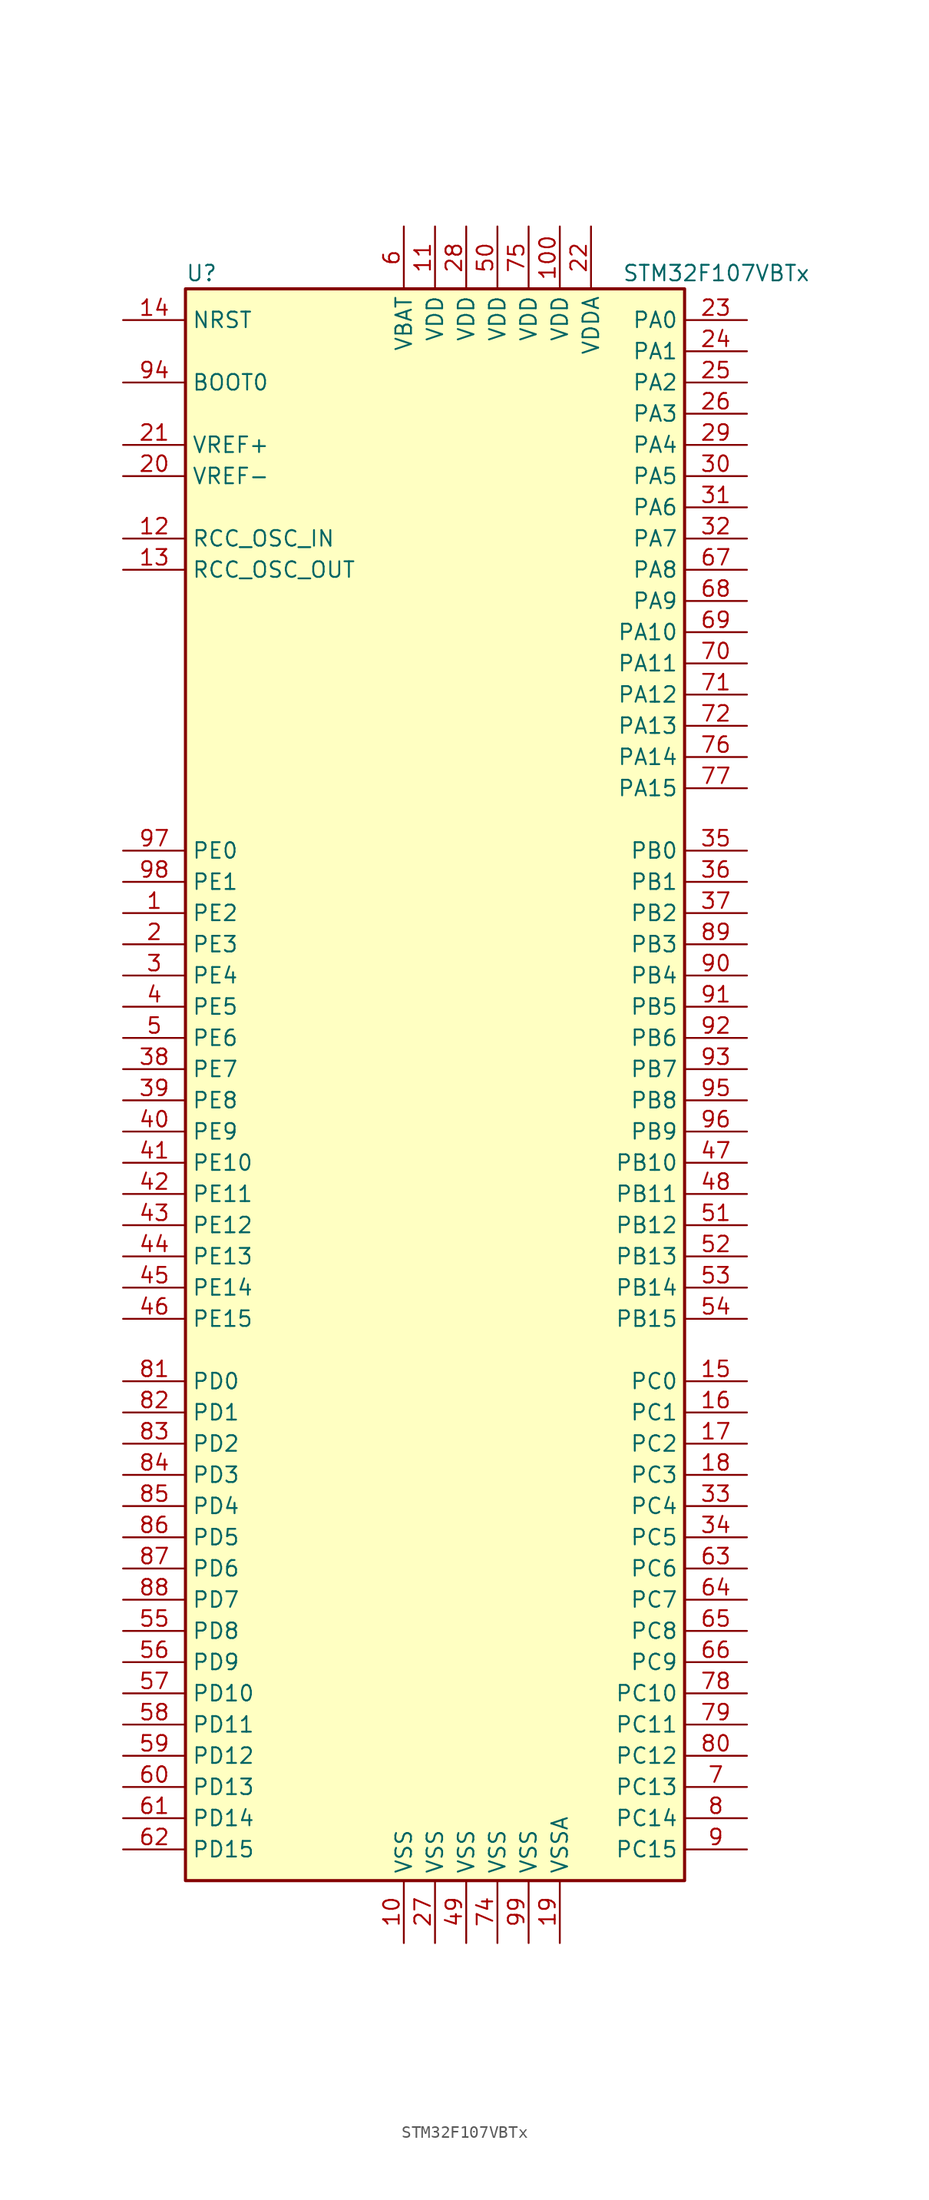
<source format=kicad_sym>
(kicad_symbol_lib
  (version 20201005)
  (generator kicad_symbol_editor)
  (symbol "STM32F107VBTx"
    (property "Reference" "U"
      (at -20.32 64.77 0)
      (effects (font (size 1.27 1.27)) (justify left)))
    (property "Value" "STM32F107VBTx"
      (at 15.24 64.77 0)
      (effects (font (size 1.27 1.27)) (justify left)))
    (symbol "STM32F107VBTx_0_1"
      (rectangle (start -20.32 -66.04) (end 20.32 63.5) (stroke (width 0.254)) (fill (type background))))
    (symbol "STM32F107VBTx_1_1"
      (pin bidirectional line (at -25.4 12.7 0) (length 5.08) (name "PE2" (effects (font (size 1.27 1.27)))) (number "1" (effects (font (size 1.27 1.27)))))
      (pin power_in line (at -2.54 -71.12 90) (length 5.08) (name "VSS" (effects (font (size 1.27 1.27)))) (number "10" (effects (font (size 1.27 1.27)))))
      (pin power_in line (at 10.16 68.58 270) (length 5.08) (name "VDD" (effects (font (size 1.27 1.27)))) (number "100" (effects (font (size 1.27 1.27)))))
      (pin power_in line (at 0 68.58 270) (length 5.08) (name "VDD" (effects (font (size 1.27 1.27)))) (number "11" (effects (font (size 1.27 1.27)))))
      (pin input line (at -25.4 43.18 0) (length 5.08) (name "RCC_OSC_IN" (effects (font (size 1.27 1.27)))) (number "12" (effects (font (size 1.27 1.27)))))
      (pin input line (at -25.4 40.64 0) (length 5.08) (name "RCC_OSC_OUT" (effects (font (size 1.27 1.27)))) (number "13" (effects (font (size 1.27 1.27)))))
      (pin input line (at -25.4 60.96 0) (length 5.08) (name "NRST" (effects (font (size 1.27 1.27)))) (number "14" (effects (font (size 1.27 1.27)))))
      (pin bidirectional line (at 25.4 -25.4 180) (length 5.08) (name "PC0" (effects (font (size 1.27 1.27)))) (number "15" (effects (font (size 1.27 1.27)))))
      (pin bidirectional line (at 25.4 -27.94 180) (length 5.08) (name "PC1" (effects (font (size 1.27 1.27)))) (number "16" (effects (font (size 1.27 1.27)))))
      (pin bidirectional line (at 25.4 -30.48 180) (length 5.08) (name "PC2" (effects (font (size 1.27 1.27)))) (number "17" (effects (font (size 1.27 1.27)))))
      (pin bidirectional line (at 25.4 -33.02 180) (length 5.08) (name "PC3" (effects (font (size 1.27 1.27)))) (number "18" (effects (font (size 1.27 1.27)))))
      (pin power_in line (at 10.16 -71.12 90) (length 5.08) (name "VSSA" (effects (font (size 1.27 1.27)))) (number "19" (effects (font (size 1.27 1.27)))))
      (pin bidirectional line (at -25.4 10.16 0) (length 5.08) (name "PE3" (effects (font (size 1.27 1.27)))) (number "2" (effects (font (size 1.27 1.27)))))
      (pin power_in line (at -25.4 48.26 0) (length 5.08) (name "VREF-" (effects (font (size 1.27 1.27)))) (number "20" (effects (font (size 1.27 1.27)))))
      (pin power_in line (at -25.4 50.8 0) (length 5.08) (name "VREF+" (effects (font (size 1.27 1.27)))) (number "21" (effects (font (size 1.27 1.27)))))
      (pin power_in line (at 12.7 68.58 270) (length 5.08) (name "VDDA" (effects (font (size 1.27 1.27)))) (number "22" (effects (font (size 1.27 1.27)))))
      (pin bidirectional line (at 25.4 60.96 180) (length 5.08) (name "PA0" (effects (font (size 1.27 1.27)))) (number "23" (effects (font (size 1.27 1.27)))))
      (pin bidirectional line (at 25.4 58.42 180) (length 5.08) (name "PA1" (effects (font (size 1.27 1.27)))) (number "24" (effects (font (size 1.27 1.27)))))
      (pin bidirectional line (at 25.4 55.88 180) (length 5.08) (name "PA2" (effects (font (size 1.27 1.27)))) (number "25" (effects (font (size 1.27 1.27)))))
      (pin bidirectional line (at 25.4 53.34 180) (length 5.08) (name "PA3" (effects (font (size 1.27 1.27)))) (number "26" (effects (font (size 1.27 1.27)))))
      (pin power_in line (at 0 -71.12 90) (length 5.08) (name "VSS" (effects (font (size 1.27 1.27)))) (number "27" (effects (font (size 1.27 1.27)))))
      (pin power_in line (at 2.54 68.58 270) (length 5.08) (name "VDD" (effects (font (size 1.27 1.27)))) (number "28" (effects (font (size 1.27 1.27)))))
      (pin bidirectional line (at 25.4 50.8 180) (length 5.08) (name "PA4" (effects (font (size 1.27 1.27)))) (number "29" (effects (font (size 1.27 1.27)))))
      (pin bidirectional line (at -25.4 7.62 0) (length 5.08) (name "PE4" (effects (font (size 1.27 1.27)))) (number "3" (effects (font (size 1.27 1.27)))))
      (pin bidirectional line (at 25.4 48.26 180) (length 5.08) (name "PA5" (effects (font (size 1.27 1.27)))) (number "30" (effects (font (size 1.27 1.27)))))
      (pin bidirectional line (at 25.4 45.72 180) (length 5.08) (name "PA6" (effects (font (size 1.27 1.27)))) (number "31" (effects (font (size 1.27 1.27)))))
      (pin bidirectional line (at 25.4 43.18 180) (length 5.08) (name "PA7" (effects (font (size 1.27 1.27)))) (number "32" (effects (font (size 1.27 1.27)))))
      (pin bidirectional line (at 25.4 -35.56 180) (length 5.08) (name "PC4" (effects (font (size 1.27 1.27)))) (number "33" (effects (font (size 1.27 1.27)))))
      (pin bidirectional line (at 25.4 -38.1 180) (length 5.08) (name "PC5" (effects (font (size 1.27 1.27)))) (number "34" (effects (font (size 1.27 1.27)))))
      (pin bidirectional line (at 25.4 17.78 180) (length 5.08) (name "PB0" (effects (font (size 1.27 1.27)))) (number "35" (effects (font (size 1.27 1.27)))))
      (pin bidirectional line (at 25.4 15.24 180) (length 5.08) (name "PB1" (effects (font (size 1.27 1.27)))) (number "36" (effects (font (size 1.27 1.27)))))
      (pin bidirectional line (at 25.4 12.7 180) (length 5.08) (name "PB2" (effects (font (size 1.27 1.27)))) (number "37" (effects (font (size 1.27 1.27)))))
      (pin bidirectional line (at -25.4 0 0) (length 5.08) (name "PE7" (effects (font (size 1.27 1.27)))) (number "38" (effects (font (size 1.27 1.27)))))
      (pin bidirectional line (at -25.4 -2.54 0) (length 5.08) (name "PE8" (effects (font (size 1.27 1.27)))) (number "39" (effects (font (size 1.27 1.27)))))
      (pin bidirectional line (at -25.4 5.08 0) (length 5.08) (name "PE5" (effects (font (size 1.27 1.27)))) (number "4" (effects (font (size 1.27 1.27)))))
      (pin bidirectional line (at -25.4 -5.08 0) (length 5.08) (name "PE9" (effects (font (size 1.27 1.27)))) (number "40" (effects (font (size 1.27 1.27)))))
      (pin bidirectional line (at -25.4 -7.62 0) (length 5.08) (name "PE10" (effects (font (size 1.27 1.27)))) (number "41" (effects (font (size 1.27 1.27)))))
      (pin bidirectional line (at -25.4 -10.16 0) (length 5.08) (name "PE11" (effects (font (size 1.27 1.27)))) (number "42" (effects (font (size 1.27 1.27)))))
      (pin bidirectional line (at -25.4 -12.7 0) (length 5.08) (name "PE12" (effects (font (size 1.27 1.27)))) (number "43" (effects (font (size 1.27 1.27)))))
      (pin bidirectional line (at -25.4 -15.24 0) (length 5.08) (name "PE13" (effects (font (size 1.27 1.27)))) (number "44" (effects (font (size 1.27 1.27)))))
      (pin bidirectional line (at -25.4 -17.78 0) (length 5.08) (name "PE14" (effects (font (size 1.27 1.27)))) (number "45" (effects (font (size 1.27 1.27)))))
      (pin bidirectional line (at -25.4 -20.32 0) (length 5.08) (name "PE15" (effects (font (size 1.27 1.27)))) (number "46" (effects (font (size 1.27 1.27)))))
      (pin bidirectional line (at 25.4 -7.62 180) (length 5.08) (name "PB10" (effects (font (size 1.27 1.27)))) (number "47" (effects (font (size 1.27 1.27)))))
      (pin bidirectional line (at 25.4 -10.16 180) (length 5.08) (name "PB11" (effects (font (size 1.27 1.27)))) (number "48" (effects (font (size 1.27 1.27)))))
      (pin power_in line (at 2.54 -71.12 90) (length 5.08) (name "VSS" (effects (font (size 1.27 1.27)))) (number "49" (effects (font (size 1.27 1.27)))))
      (pin bidirectional line (at -25.4 2.54 0) (length 5.08) (name "PE6" (effects (font (size 1.27 1.27)))) (number "5" (effects (font (size 1.27 1.27)))))
      (pin power_in line (at 5.08 68.58 270) (length 5.08) (name "VDD" (effects (font (size 1.27 1.27)))) (number "50" (effects (font (size 1.27 1.27)))))
      (pin bidirectional line (at 25.4 -12.7 180) (length 5.08) (name "PB12" (effects (font (size 1.27 1.27)))) (number "51" (effects (font (size 1.27 1.27)))))
      (pin bidirectional line (at 25.4 -15.24 180) (length 5.08) (name "PB13" (effects (font (size 1.27 1.27)))) (number "52" (effects (font (size 1.27 1.27)))))
      (pin bidirectional line (at 25.4 -17.78 180) (length 5.08) (name "PB14" (effects (font (size 1.27 1.27)))) (number "53" (effects (font (size 1.27 1.27)))))
      (pin bidirectional line (at 25.4 -20.32 180) (length 5.08) (name "PB15" (effects (font (size 1.27 1.27)))) (number "54" (effects (font (size 1.27 1.27)))))
      (pin bidirectional line (at -25.4 -45.72 0) (length 5.08) (name "PD8" (effects (font (size 1.27 1.27)))) (number "55" (effects (font (size 1.27 1.27)))))
      (pin bidirectional line (at -25.4 -48.26 0) (length 5.08) (name "PD9" (effects (font (size 1.27 1.27)))) (number "56" (effects (font (size 1.27 1.27)))))
      (pin bidirectional line (at -25.4 -50.8 0) (length 5.08) (name "PD10" (effects (font (size 1.27 1.27)))) (number "57" (effects (font (size 1.27 1.27)))))
      (pin bidirectional line (at -25.4 -53.34 0) (length 5.08) (name "PD11" (effects (font (size 1.27 1.27)))) (number "58" (effects (font (size 1.27 1.27)))))
      (pin bidirectional line (at -25.4 -55.88 0) (length 5.08) (name "PD12" (effects (font (size 1.27 1.27)))) (number "59" (effects (font (size 1.27 1.27)))))
      (pin power_in line (at -2.54 68.58 270) (length 5.08) (name "VBAT" (effects (font (size 1.27 1.27)))) (number "6" (effects (font (size 1.27 1.27)))))
      (pin bidirectional line (at -25.4 -58.42 0) (length 5.08) (name "PD13" (effects (font (size 1.27 1.27)))) (number "60" (effects (font (size 1.27 1.27)))))
      (pin bidirectional line (at -25.4 -60.96 0) (length 5.08) (name "PD14" (effects (font (size 1.27 1.27)))) (number "61" (effects (font (size 1.27 1.27)))))
      (pin bidirectional line (at -25.4 -63.5 0) (length 5.08) (name "PD15" (effects (font (size 1.27 1.27)))) (number "62" (effects (font (size 1.27 1.27)))))
      (pin bidirectional line (at 25.4 -40.64 180) (length 5.08) (name "PC6" (effects (font (size 1.27 1.27)))) (number "63" (effects (font (size 1.27 1.27)))))
      (pin bidirectional line (at 25.4 -43.18 180) (length 5.08) (name "PC7" (effects (font (size 1.27 1.27)))) (number "64" (effects (font (size 1.27 1.27)))))
      (pin bidirectional line (at 25.4 -45.72 180) (length 5.08) (name "PC8" (effects (font (size 1.27 1.27)))) (number "65" (effects (font (size 1.27 1.27)))))
      (pin bidirectional line (at 25.4 -48.26 180) (length 5.08) (name "PC9" (effects (font (size 1.27 1.27)))) (number "66" (effects (font (size 1.27 1.27)))))
      (pin bidirectional line (at 25.4 40.64 180) (length 5.08) (name "PA8" (effects (font (size 1.27 1.27)))) (number "67" (effects (font (size 1.27 1.27)))))
      (pin bidirectional line (at 25.4 38.1 180) (length 5.08) (name "PA9" (effects (font (size 1.27 1.27)))) (number "68" (effects (font (size 1.27 1.27)))))
      (pin bidirectional line (at 25.4 35.56 180) (length 5.08) (name "PA10" (effects (font (size 1.27 1.27)))) (number "69" (effects (font (size 1.27 1.27)))))
      (pin bidirectional line (at 25.4 -58.42 180) (length 5.08) (name "PC13" (effects (font (size 1.27 1.27)))) (number "7" (effects (font (size 1.27 1.27)))))
      (pin bidirectional line (at 25.4 33.02 180) (length 5.08) (name "PA11" (effects (font (size 1.27 1.27)))) (number "70" (effects (font (size 1.27 1.27)))))
      (pin bidirectional line (at 25.4 30.48 180) (length 5.08) (name "PA12" (effects (font (size 1.27 1.27)))) (number "71" (effects (font (size 1.27 1.27)))))
      (pin bidirectional line (at 25.4 27.94 180) (length 5.08) (name "PA13" (effects (font (size 1.27 1.27)))) (number "72" (effects (font (size 1.27 1.27)))))
      (pin no_connect line (at -20.32 -63.5 0) (length 5.08) hide (name "NC" (effects (font (size 1.27 1.27)))) (number "73" (effects (font (size 1.27 1.27)))))
      (pin power_in line (at 5.08 -71.12 90) (length 5.08) (name "VSS" (effects (font (size 1.27 1.27)))) (number "74" (effects (font (size 1.27 1.27)))))
      (pin power_in line (at 7.62 68.58 270) (length 5.08) (name "VDD" (effects (font (size 1.27 1.27)))) (number "75" (effects (font (size 1.27 1.27)))))
      (pin bidirectional line (at 25.4 25.4 180) (length 5.08) (name "PA14" (effects (font (size 1.27 1.27)))) (number "76" (effects (font (size 1.27 1.27)))))
      (pin bidirectional line (at 25.4 22.86 180) (length 5.08) (name "PA15" (effects (font (size 1.27 1.27)))) (number "77" (effects (font (size 1.27 1.27)))))
      (pin bidirectional line (at 25.4 -50.8 180) (length 5.08) (name "PC10" (effects (font (size 1.27 1.27)))) (number "78" (effects (font (size 1.27 1.27)))))
      (pin bidirectional line (at 25.4 -53.34 180) (length 5.08) (name "PC11" (effects (font (size 1.27 1.27)))) (number "79" (effects (font (size 1.27 1.27)))))
      (pin bidirectional line (at 25.4 -60.96 180) (length 5.08) (name "PC14" (effects (font (size 1.27 1.27)))) (number "8" (effects (font (size 1.27 1.27)))))
      (pin bidirectional line (at 25.4 -55.88 180) (length 5.08) (name "PC12" (effects (font (size 1.27 1.27)))) (number "80" (effects (font (size 1.27 1.27)))))
      (pin bidirectional line (at -25.4 -25.4 0) (length 5.08) (name "PD0" (effects (font (size 1.27 1.27)))) (number "81" (effects (font (size 1.27 1.27)))))
      (pin bidirectional line (at -25.4 -27.94 0) (length 5.08) (name "PD1" (effects (font (size 1.27 1.27)))) (number "82" (effects (font (size 1.27 1.27)))))
      (pin bidirectional line (at -25.4 -30.48 0) (length 5.08) (name "PD2" (effects (font (size 1.27 1.27)))) (number "83" (effects (font (size 1.27 1.27)))))
      (pin bidirectional line (at -25.4 -33.02 0) (length 5.08) (name "PD3" (effects (font (size 1.27 1.27)))) (number "84" (effects (font (size 1.27 1.27)))))
      (pin bidirectional line (at -25.4 -35.56 0) (length 5.08) (name "PD4" (effects (font (size 1.27 1.27)))) (number "85" (effects (font (size 1.27 1.27)))))
      (pin bidirectional line (at -25.4 -38.1 0) (length 5.08) (name "PD5" (effects (font (size 1.27 1.27)))) (number "86" (effects (font (size 1.27 1.27)))))
      (pin bidirectional line (at -25.4 -40.64 0) (length 5.08) (name "PD6" (effects (font (size 1.27 1.27)))) (number "87" (effects (font (size 1.27 1.27)))))
      (pin bidirectional line (at -25.4 -43.18 0) (length 5.08) (name "PD7" (effects (font (size 1.27 1.27)))) (number "88" (effects (font (size 1.27 1.27)))))
      (pin bidirectional line (at 25.4 10.16 180) (length 5.08) (name "PB3" (effects (font (size 1.27 1.27)))) (number "89" (effects (font (size 1.27 1.27)))))
      (pin bidirectional line (at 25.4 -63.5 180) (length 5.08) (name "PC15" (effects (font (size 1.27 1.27)))) (number "9" (effects (font (size 1.27 1.27)))))
      (pin bidirectional line (at 25.4 7.62 180) (length 5.08) (name "PB4" (effects (font (size 1.27 1.27)))) (number "90" (effects (font (size 1.27 1.27)))))
      (pin bidirectional line (at 25.4 5.08 180) (length 5.08) (name "PB5" (effects (font (size 1.27 1.27)))) (number "91" (effects (font (size 1.27 1.27)))))
      (pin bidirectional line (at 25.4 2.54 180) (length 5.08) (name "PB6" (effects (font (size 1.27 1.27)))) (number "92" (effects (font (size 1.27 1.27)))))
      (pin bidirectional line (at 25.4 0 180) (length 5.08) (name "PB7" (effects (font (size 1.27 1.27)))) (number "93" (effects (font (size 1.27 1.27)))))
      (pin input line (at -25.4 55.88 0) (length 5.08) (name "BOOT0" (effects (font (size 1.27 1.27)))) (number "94" (effects (font (size 1.27 1.27)))))
      (pin bidirectional line (at 25.4 -2.54 180) (length 5.08) (name "PB8" (effects (font (size 1.27 1.27)))) (number "95" (effects (font (size 1.27 1.27)))))
      (pin bidirectional line (at 25.4 -5.08 180) (length 5.08) (name "PB9" (effects (font (size 1.27 1.27)))) (number "96" (effects (font (size 1.27 1.27)))))
      (pin bidirectional line (at -25.4 17.78 0) (length 5.08) (name "PE0" (effects (font (size 1.27 1.27)))) (number "97" (effects (font (size 1.27 1.27)))))
      (pin bidirectional line (at -25.4 15.24 0) (length 5.08) (name "PE1" (effects (font (size 1.27 1.27)))) (number "98" (effects (font (size 1.27 1.27)))))
      (pin power_in line (at 7.62 -71.12 90) (length 5.08) (name "VSS" (effects (font (size 1.27 1.27)))) (number "99" (effects (font (size 1.27 1.27))))))))
</source>
